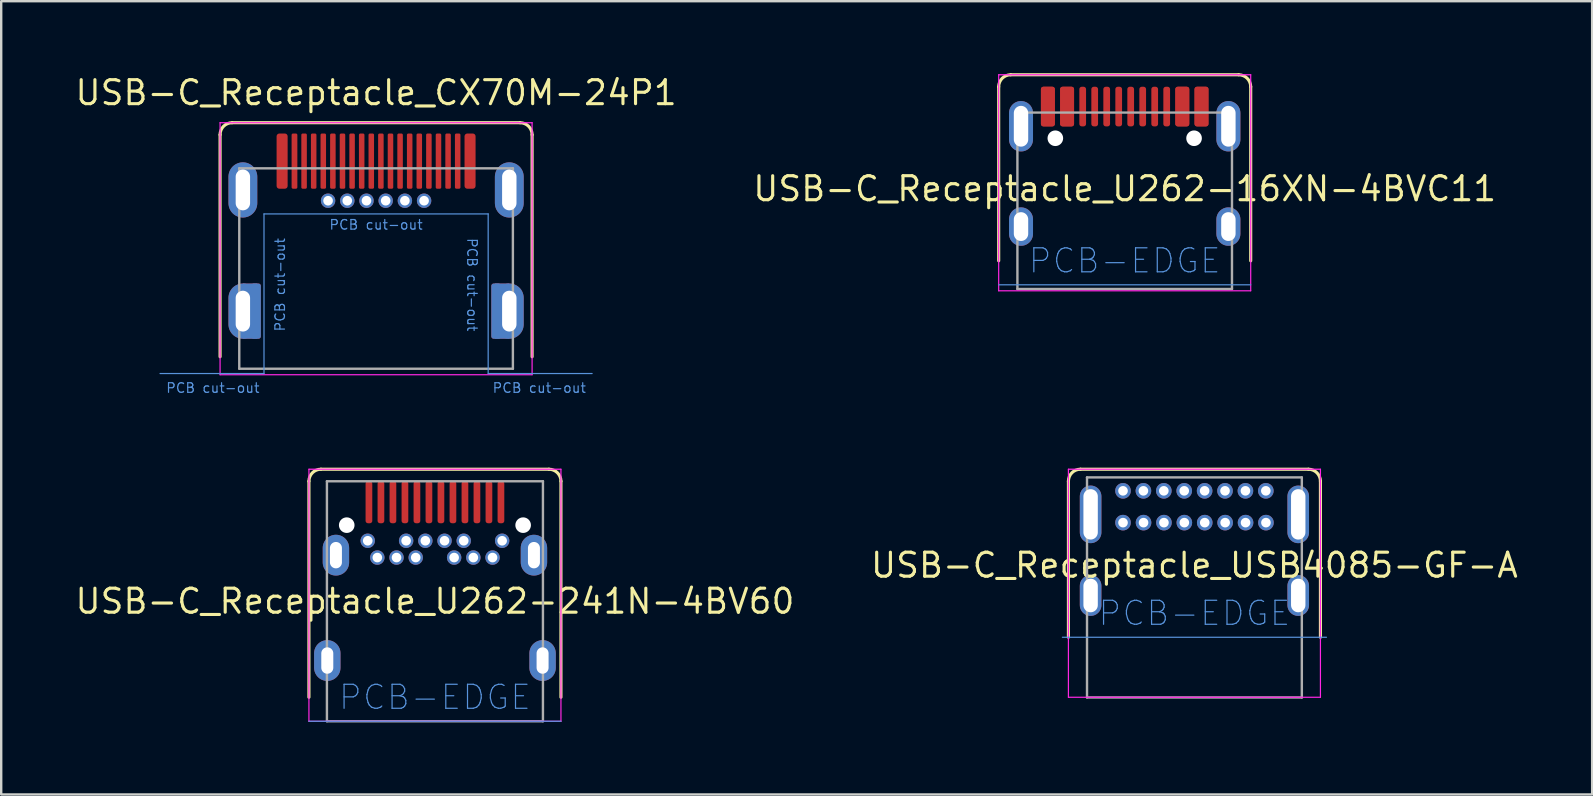
<source format=kicad_pcb>
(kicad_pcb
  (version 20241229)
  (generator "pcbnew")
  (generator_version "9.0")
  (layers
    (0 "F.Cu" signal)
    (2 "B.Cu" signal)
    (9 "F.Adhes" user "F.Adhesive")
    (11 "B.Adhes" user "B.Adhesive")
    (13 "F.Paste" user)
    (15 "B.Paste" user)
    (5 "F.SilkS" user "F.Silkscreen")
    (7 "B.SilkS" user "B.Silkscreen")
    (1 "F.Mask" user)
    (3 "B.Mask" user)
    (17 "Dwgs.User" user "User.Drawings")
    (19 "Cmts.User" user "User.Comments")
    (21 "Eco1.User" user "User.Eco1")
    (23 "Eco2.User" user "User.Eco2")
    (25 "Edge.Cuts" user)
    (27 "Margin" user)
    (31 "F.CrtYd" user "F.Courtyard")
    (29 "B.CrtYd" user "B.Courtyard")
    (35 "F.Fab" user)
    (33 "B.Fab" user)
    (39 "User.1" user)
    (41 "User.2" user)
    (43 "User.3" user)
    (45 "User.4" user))
  (footprint "USB-C_Receptacle_USB4085-GF-A"
    (layer "F.Cu")
    (at 46.714 23.5)
    (property "Reference" "USB-C_Receptacle_USB4085-GF-A" (at 0 -3 0) (layer "F.SilkS") (effects (font (size 1 1) (thickness 0.13))))
    (attr through_hole)
    (fp_line (start -5.25 0) (end -5.25 -6.5) (stroke (width 0.13) (type solid)) (layer "F.SilkS"))
    (fp_line (start -4.75 -7) (end 4.75 -7) (stroke (width 0.13) (type solid)) (layer "F.SilkS"))
    (fp_line (start 5.25 -6.5) (end 5.25 0) (stroke (width 0.13) (type solid)) (layer "F.SilkS"))
    (fp_arc (start -5.25 -6.5) (mid -5.103553 -6.853553) (end -4.75 -7) (stroke (width 0.13) (type solid)) (layer "F.SilkS"))
    (fp_arc (start 4.75 -7) (mid 5.103553 -6.853553) (end 5.25 -6.5) (stroke (width 0.13) (type solid)) (layer "F.SilkS"))
    (fp_line (start -5.5 0) (end 5.5 0) (stroke (width 0.05) (type solid)) (layer "Cmts.User"))
    (fp_line (start -5.25 -7) (end 5.25 -7) (stroke (width 0.05) (type solid)) (layer "F.CrtYd"))
    (fp_line (start -5.25 2.5) (end -5.25 -7) (stroke (width 0.05) (type solid)) (layer "F.CrtYd"))
    (fp_line (start 5.25 -7) (end 5.25 2.5) (stroke (width 0.05) (type solid)) (layer "F.CrtYd"))
    (fp_line (start 5.25 2.5) (end -5.25 2.5) (stroke (width 0.05) (type solid)) (layer "F.CrtYd"))
    (fp_line (start -4.475 -6.66) (end 4.475 -6.66) (stroke (width 0.1) (type solid)) (layer "F.Fab"))
    (fp_line (start -4.475 2.51) (end -4.475 -6.66) (stroke (width 0.1) (type solid)) (layer "F.Fab"))
    (fp_line (start -4.475 2.51) (end 4.475 2.51) (stroke (width 0.1) (type solid)) (layer "F.Fab"))
    (fp_line (start 4.475 -6.66) (end 4.475 2.51) (stroke (width 0.1) (type solid)) (layer "F.Fab"))
    (fp_text user "PCB-EDGE" (at 0 -1 0) (layer "Cmts.User") (effects (font (size 1 1) (thickness 0.05))))
    (pad "A1" thru_hole circle (at -2.975 -6.1) (size 0.65 0.65) (drill 0.4) (layers "*.Cu" "*.Mask"))
    (pad "A4" thru_hole circle (at -2.125 -6.1) (size 0.65 0.65) (drill 0.4) (layers "*.Cu" "*.Mask"))
    (pad "A5" thru_hole circle (at -1.275 -6.1) (size 0.65 0.65) (drill 0.4) (layers "*.Cu" "*.Mask"))
    (pad "A6" thru_hole circle (at -0.425 -6.1) (size 0.65 0.65) (drill 0.4) (layers "*.Cu" "*.Mask"))
    (pad "A7" thru_hole circle (at 0.425 -6.1) (size 0.65 0.65) (drill 0.4) (layers "*.Cu" "*.Mask"))
    (pad "A8" thru_hole circle (at 1.275 -6.1) (size 0.65 0.65) (drill 0.4) (layers "*.Cu" "*.Mask"))
    (pad "A9" thru_hole circle (at 2.125 -6.1) (size 0.65 0.65) (drill 0.4) (layers "*.Cu" "*.Mask"))
    (pad "A12" thru_hole circle (at 2.975 -6.1) (size 0.65 0.65) (drill 0.4) (layers "*.Cu" "*.Mask"))
    (pad "B1" thru_hole circle (at 2.98 -4.775) (size 0.65 0.65) (drill 0.4) (layers "*.Cu" "*.Mask"))
    (pad "B4" thru_hole circle (at 2.13 -4.775) (size 0.65 0.65) (drill 0.4) (layers "*.Cu" "*.Mask"))
    (pad "B5" thru_hole circle (at 1.28 -4.775) (size 0.65 0.65) (drill 0.4) (layers "*.Cu" "*.Mask"))
    (pad "B6" thru_hole circle (at 0.43 -4.775) (size 0.65 0.65) (drill 0.4) (layers "*.Cu" "*.Mask"))
    (pad "B7" thru_hole circle (at -0.42 -4.775) (size 0.65 0.65) (drill 0.4) (layers "*.Cu" "*.Mask"))
    (pad "B8" thru_hole circle (at -1.27 -4.775) (size 0.65 0.65) (drill 0.4) (layers "*.Cu" "*.Mask"))
    (pad "B9" thru_hole circle (at -2.12 -4.775) (size 0.65 0.65) (drill 0.4) (layers "*.Cu" "*.Mask"))
    (pad "B12" thru_hole circle (at -2.975 -4.775) (size 0.65 0.65) (drill 0.4) (layers "*.Cu" "*.Mask"))
    (pad "SH" thru_hole oval (at -4.325 -5.12) (size 0.9 2.4) (drill oval 0.6 2.1) (layers "*.Cu" "*.Mask"))
    (pad "SH" thru_hole oval (at -4.325 -1.74) (size 0.9 1.7) (drill oval 0.6 1.4) (layers "*.Cu" "*.Mask"))
    (pad "SH" thru_hole oval (at 4.325 -5.12) (size 0.9 2.4) (drill oval 0.6 2.1) (layers "*.Cu" "*.Mask"))
    (pad "SH" thru_hole oval (at 4.325 -1.74) (size 0.9 1.7) (drill oval 0.6 1.4) (layers "*.Cu" "*.Mask")))
  (footprint "USB-C_Receptacle_U262-16XN-4BVC11"
    (layer "F.Cu")
    (at 43.809 5.315)
    (property "Reference" "USB-C_Receptacle_U262-16XN-4BVC11" (at 0 -0.5 0) (layer "F.SilkS") (effects (font (size 1 1) (thickness 0.13))))
    (attr smd)
    (fp_line (start -5.25 -4.75) (end -5.25 2.5) (stroke (width 0.13) (type solid)) (layer "F.SilkS"))
    (fp_line (start 4.75 -5.25) (end -4.75 -5.25) (stroke (width 0.13) (type solid)) (layer "F.SilkS"))
    (fp_line (start 5.25 2.5) (end 5.25 -4.75) (stroke (width 0.13) (type solid)) (layer "F.SilkS"))
    (fp_arc (start -5.25 -4.75) (mid -5.103553 -5.103553) (end -4.75 -5.25) (stroke (width 0.13) (type solid)) (layer "F.SilkS"))
    (fp_arc (start 4.75 -5.25) (mid 5.103553 -5.103553) (end 5.25 -4.75) (stroke (width 0.13) (type solid)) (layer "F.SilkS"))
    (fp_line (start -5.25 3.5) (end 5.25 3.5) (stroke (width 0.05) (type solid)) (layer "Cmts.User"))
    (fp_line (start -5.25 -5.25) (end 5.25 -5.25) (stroke (width 0.05) (type solid)) (layer "F.CrtYd"))
    (fp_line (start -5.25 3.75) (end -5.25 -5.25) (stroke (width 0.05) (type solid)) (layer "F.CrtYd"))
    (fp_line (start 5.25 -5.25) (end 5.25 3.75) (stroke (width 0.05) (type solid)) (layer "F.CrtYd"))
    (fp_line (start 5.25 3.75) (end -5.25 3.75) (stroke (width 0.05) (type solid)) (layer "F.CrtYd"))
    (fp_line (start -4.47 -3.675) (end -4.47 3.675) (stroke (width 0.1) (type solid)) (layer "F.Fab"))
    (fp_line (start -4.47 -3.675) (end 4.47 -3.675) (stroke (width 0.1) (type solid)) (layer "F.Fab"))
    (fp_line (start -4.47 3.675) (end 4.47 3.675) (stroke (width 0.1) (type solid)) (layer "F.Fab"))
    (fp_line (start 4.47 3.675) (end 4.47 -3.675) (stroke (width 0.1) (type solid)) (layer "F.Fab"))
    (fp_text user "PCB-EDGE" (at 0 2.5 0) (layer "Cmts.User") (effects (font (size 1 1) (thickness 0.05))))
    (pad "" np_thru_hole circle (at -2.89 -2.605) (size 0.65 0.65) (drill 0.65) (layers "*.Cu" "*.Mask"))
    (pad "" np_thru_hole circle (at 2.89 -2.605) (size 0.65 0.65) (drill 0.65) (layers "*.Cu" "*.Mask"))
    (pad "A1" smd roundrect (at -3.2 -3.925) (size 0.58 1.65) (layers "F.Cu" "F.Mask" "F.Paste") (roundrect_rratio 0.172))
    (pad "A4" smd roundrect (at -2.4 -3.925) (size 0.58 1.65) (layers "F.Cu" "F.Mask" "F.Paste") (roundrect_rratio 0.172))
    (pad "A5" smd roundrect (at -1.25 -3.925) (size 0.28 1.65) (layers "F.Cu" "F.Mask" "F.Paste") (roundrect_rratio 0.357))
    (pad "A6" smd roundrect (at -0.25 -3.925) (size 0.28 1.65) (layers "F.Cu" "F.Mask" "F.Paste") (roundrect_rratio 0.357))
    (pad "A7" smd roundrect (at 0.25 -3.925) (size 0.28 1.65) (layers "F.Cu" "F.Mask" "F.Paste") (roundrect_rratio 0.357))
    (pad "A8" smd roundrect (at 1.25 -3.925) (size 0.28 1.65) (layers "F.Cu" "F.Mask" "F.Paste") (roundrect_rratio 0.357))
    (pad "A9" smd roundrect (at 2.4 -3.925) (size 0.58 1.65) (layers "F.Cu" "F.Mask" "F.Paste") (roundrect_rratio 0.172))
    (pad "A12" smd roundrect (at 3.2 -3.925 180) (size 0.58 1.65) (layers "F.Cu" "F.Mask" "F.Paste") (roundrect_rratio 0.172))
    (pad "B1" smd roundrect (at 3.2 -3.925 180) (size 0.58 1.65) (layers "F.Cu" "F.Mask" "F.Paste") (roundrect_rratio 0.172))
    (pad "B4" smd roundrect (at 2.4 -3.925) (size 0.58 1.65) (layers "F.Cu" "F.Mask" "F.Paste") (roundrect_rratio 0.172))
    (pad "B5" smd roundrect (at 1.75 -3.925) (size 0.28 1.65) (layers "F.Cu" "F.Mask" "F.Paste") (roundrect_rratio 0.357))
    (pad "B6" smd roundrect (at 0.75 -3.925) (size 0.28 1.65) (layers "F.Cu" "F.Mask" "F.Paste") (roundrect_rratio 0.357))
    (pad "B7" smd roundrect (at -0.75 -3.925) (size 0.28 1.65) (layers "F.Cu" "F.Mask" "F.Paste") (roundrect_rratio 0.357))
    (pad "B8" smd roundrect (at -1.75 -3.925) (size 0.28 1.65) (layers "F.Cu" "F.Mask" "F.Paste") (roundrect_rratio 0.357))
    (pad "B9" smd roundrect (at -2.4 -3.925) (size 0.58 1.65) (layers "F.Cu" "F.Mask" "F.Paste") (roundrect_rratio 0.172))
    (pad "B12" smd roundrect (at -3.2 -3.925) (size 0.58 1.65) (layers "F.Cu" "F.Mask" "F.Paste") (roundrect_rratio 0.172))
    (pad "SH" thru_hole oval (at -4.32 -3.105) (size 1 2.1) (drill oval 0.6 1.7) (layers "*.Cu" "*.Mask"))
    (pad "SH" thru_hole oval (at -4.32 1.075) (size 1 1.6) (drill oval 0.6 1.2) (layers "*.Cu" "*.Mask"))
    (pad "SH" thru_hole oval (at 4.32 -3.105) (size 1 2.1) (drill oval 0.6 1.7) (layers "*.Cu" "*.Mask"))
    (pad "SH" thru_hole oval (at 4.32 1.075) (size 1 1.6) (drill oval 0.6 1.2) (layers "*.Cu" "*.Mask")))
  (footprint "USB-C_Receptacle_U262-241N-4BV60"
    (layer "F.Cu")
    (at 15.071 17)
    (property "Reference" "USB-C_Receptacle_U262-241N-4BV60" (at 0 5 0) (layer "F.SilkS") (effects (font (size 1 1) (thickness 0.13))))
    (attr smd)
    (fp_line (start -5.25 9) (end -5.25 0) (stroke (width 0.13) (type solid)) (layer "F.SilkS"))
    (fp_line (start -4.75 -0.5) (end 4.75 -0.5) (stroke (width 0.13) (type solid)) (layer "F.SilkS"))
    (fp_line (start 5.25 0) (end 5.25 9) (stroke (width 0.13) (type solid)) (layer "F.SilkS"))
    (fp_arc (start -5.25 0) (mid -5.103553 -0.353553) (end -4.75 -0.5) (stroke (width 0.13) (type solid)) (layer "F.SilkS"))
    (fp_arc (start 4.75 -0.5) (mid 5.103553 -0.353553) (end 5.25 0) (stroke (width 0.13) (type solid)) (layer "F.SilkS"))
    (fp_line (start -5.25 10) (end 5.25 10) (stroke (width 0.05) (type solid)) (layer "Cmts.User"))
    (fp_line (start -5.25 -0.5) (end 5.25 -0.5) (stroke (width 0.05) (type solid)) (layer "F.CrtYd"))
    (fp_line (start -5.25 10) (end -5.25 -0.5) (stroke (width 0.05) (type solid)) (layer "F.CrtYd"))
    (fp_line (start 5.25 -0.5) (end 5.25 10) (stroke (width 0.05) (type solid)) (layer "F.CrtYd"))
    (fp_line (start 5.25 10) (end -5.25 10) (stroke (width 0.05) (type solid)) (layer "F.CrtYd"))
    (fp_line (start -4.5 0) (end 4.5 0) (stroke (width 0.1) (type solid)) (layer "F.Fab"))
    (fp_line (start -4.5 10) (end -4.5 0) (stroke (width 0.1) (type solid)) (layer "F.Fab"))
    (fp_line (start -4.5 10) (end 4.5 10) (stroke (width 0.1) (type solid)) (layer "F.Fab"))
    (fp_line (start 4.5 0) (end 4.5 10) (stroke (width 0.1) (type solid)) (layer "F.Fab"))
    (fp_text user "PCB-EDGE" (at 0 9 0) (layer "Cmts.User") (effects (font (size 1 1) (thickness 0.05))))
    (pad "" np_thru_hole circle (at -3.675 1.83) (size 0.65 0.65) (drill 0.65) (layers "*.Cu" "*.Mask"))
    (pad "" np_thru_hole circle (at 3.675 1.83) (size 0.65 0.65) (drill 0.65) (layers "*.Cu" "*.Mask"))
    (pad "A1" smd roundrect (at -2.75 0.875) (size 0.28 1.75) (layers "F.Cu" "F.Mask" "F.Paste") (roundrect_rratio 0.357))
    (pad "A2" smd roundrect (at -2.25 0.875) (size 0.28 1.75) (layers "F.Cu" "F.Mask" "F.Paste") (roundrect_rratio 0.357))
    (pad "A3" smd roundrect (at -1.75 0.875) (size 0.28 1.75) (layers "F.Cu" "F.Mask" "F.Paste") (roundrect_rratio 0.357))
    (pad "A4" smd roundrect (at -1.25 0.875) (size 0.28 1.75) (layers "F.Cu" "F.Mask" "F.Paste") (roundrect_rratio 0.357))
    (pad "A5" smd roundrect (at -0.75 0.875) (size 0.28 1.75) (layers "F.Cu" "F.Mask" "F.Paste") (roundrect_rratio 0.357))
    (pad "A6" smd roundrect (at -0.25 0.875) (size 0.28 1.75) (layers "F.Cu" "F.Mask" "F.Paste") (roundrect_rratio 0.357))
    (pad "A7" smd roundrect (at 0.25 0.875) (size 0.28 1.75) (layers "F.Cu" "F.Mask" "F.Paste") (roundrect_rratio 0.357))
    (pad "A8" smd roundrect (at 0.75 0.875) (size 0.28 1.75) (layers "F.Cu" "F.Mask" "F.Paste") (roundrect_rratio 0.357))
    (pad "A9" smd roundrect (at 1.25 0.875) (size 0.28 1.75) (layers "F.Cu" "F.Mask" "F.Paste") (roundrect_rratio 0.357))
    (pad "A10" smd roundrect (at 1.75 0.875) (size 0.28 1.75) (layers "F.Cu" "F.Mask" "F.Paste") (roundrect_rratio 0.357))
    (pad "A11" smd roundrect (at 2.25 0.875) (size 0.28 1.75) (layers "F.Cu" "F.Mask" "F.Paste") (roundrect_rratio 0.357))
    (pad "A12" smd roundrect (at 2.75 0.875) (size 0.28 1.75) (layers "F.Cu" "F.Mask" "F.Paste") (roundrect_rratio 0.357))
    (pad "B1" thru_hole circle (at 2.8 2.48) (size 0.6 0.6) (drill 0.4) (layers "*.Cu" "*.Mask"))
    (pad "B2" thru_hole circle (at 2.4 3.18) (size 0.6 0.6) (drill 0.4) (layers "*.Cu" "*.Mask"))
    (pad "B3" thru_hole circle (at 1.6 3.18) (size 0.6 0.6) (drill 0.4) (layers "*.Cu" "*.Mask"))
    (pad "B4" thru_hole circle (at 1.2 2.48) (size 0.6 0.6) (drill 0.4) (layers "*.Cu" "*.Mask"))
    (pad "B5" thru_hole circle (at 0.8 3.18) (size 0.6 0.6) (drill 0.4) (layers "*.Cu" "*.Mask"))
    (pad "B6" thru_hole circle (at 0.4 2.48) (size 0.6 0.6) (drill 0.4) (layers "*.Cu" "*.Mask"))
    (pad "B7" thru_hole circle (at -0.4 2.48) (size 0.6 0.6) (drill 0.4) (layers "*.Cu" "*.Mask"))
    (pad "B8" thru_hole circle (at -0.8 3.18) (size 0.6 0.6) (drill 0.4) (layers "*.Cu" "*.Mask"))
    (pad "B9" thru_hole circle (at -1.2 2.48) (size 0.6 0.6) (drill 0.4) (layers "*.Cu" "*.Mask"))
    (pad "B10" thru_hole circle (at -1.6 3.18) (size 0.6 0.6) (drill 0.4) (layers "*.Cu" "*.Mask"))
    (pad "B11" thru_hole circle (at -2.4 3.18) (size 0.6 0.6) (drill 0.4) (layers "*.Cu" "*.Mask"))
    (pad "B12" thru_hole circle (at -2.8 2.48) (size 0.6 0.6) (drill 0.4) (layers "*.Cu" "*.Mask"))
    (pad "SH" thru_hole oval (at -4.485 7.47) (size 1.1 1.7) (drill oval 0.5 1.1) (layers "*.Cu" "*.Mask"))
    (pad "SH" thru_hole oval (at -4.125 3.08) (size 1.1 1.7) (drill oval 0.5 1.1) (layers "*.Cu" "*.Mask"))
    (pad "SH" thru_hole oval (at 4.125 3.08) (size 1.1 1.7) (drill oval 0.5 1.1) (layers "*.Cu" "*.Mask"))
    (pad "SH" thru_hole oval (at 4.485 7.47) (size 1.1 1.7) (drill oval 0.5 1.1) (layers "*.Cu" "*.Mask")))
  (footprint "USB-C_Receptacle_CX70M-24P1"
    (layer "F.Cu")
    (at 12.619 5.313)
    (property "Reference" "USB-C_Receptacle_CX70M-24P1" (at 0 -4.5 0) (layer "F.SilkS") (effects (font (size 1 1) (thickness 0.13))))
    (attr through_hole)
    (fp_line (start -6.5 6.5) (end -6.5 -2.75) (stroke (width 0.13) (type solid)) (layer "F.SilkS"))
    (fp_line (start -6 -3.25) (end 6 -3.25) (stroke (width 0.13) (type solid)) (layer "F.SilkS"))
    (fp_line (start 6.5 -2.75) (end 6.5 6.5) (stroke (width 0.13) (type solid)) (layer "F.SilkS"))
    (fp_arc (start -6.5 -2.75) (mid -6.353553 -3.103553) (end -6 -3.25) (stroke (width 0.13) (type solid)) (layer "F.SilkS"))
    (fp_arc (start 6 -3.25) (mid 6.353553 -3.103553) (end 6.5 -2.75) (stroke (width 0.13) (type solid)) (layer "F.SilkS"))
    (fp_line (start -4.67 0.55) (end -4.67 7.2) (stroke (width 0.05) (type solid)) (layer "Cmts.User"))
    (fp_line (start -4.67 0.55) (end 4.67 0.55) (stroke (width 0.05) (type solid)) (layer "Cmts.User"))
    (fp_line (start -4.67 7.2) (end -9 7.2) (stroke (width 0.05) (type solid)) (layer "Cmts.User"))
    (fp_line (start 4.67 0.55) (end 4.67 7.2) (stroke (width 0.05) (type solid)) (layer "Cmts.User"))
    (fp_line (start 4.67 7.2) (end 9 7.2) (stroke (width 0.05) (type solid)) (layer "Cmts.User"))
    (fp_line (start -6.5 -3.25) (end -6.5 7.25) (stroke (width 0.05) (type solid)) (layer "F.CrtYd"))
    (fp_line (start 6.5 -3.25) (end -6.5 -3.25) (stroke (width 0.05) (type solid)) (layer "F.CrtYd"))
    (fp_line (start 6.5 -3.25) (end 6.5 7.25) (stroke (width 0.05) (type solid)) (layer "F.CrtYd"))
    (fp_line (start 6.5 7.25) (end -6.5 7.25) (stroke (width 0.05) (type solid)) (layer "F.CrtYd"))
    (fp_line (start -5.7 -1.35) (end -5.7 7) (stroke (width 0.1) (type solid)) (layer "F.Fab"))
    (fp_line (start -5.7 -1.35) (end 5.7 -1.35) (stroke (width 0.1) (type solid)) (layer "F.Fab"))
    (fp_line (start -5.7 7) (end 5.7 7) (stroke (width 0.1) (type solid)) (layer "F.Fab"))
    (fp_line (start 5.7 -1.35) (end 5.7 7) (stroke (width 0.1) (type solid)) (layer "F.Fab"))
    (fp_text user "PCB cut-out" (at -6.8 7.8 0) (unlocked yes) (layer "Cmts.User") (effects (font (size 0.4 0.4) (thickness 0.05))))
    (fp_text user "PCB cut-out" (at 6.8 7.8 0) (unlocked yes) (layer "Cmts.User") (effects (font (size 0.4 0.4) (thickness 0.05))))
    (fp_text user "PCB cut-out" (at 4 3.5 270) (unlocked yes) (layer "Cmts.User") (effects (font (size 0.4 0.4) (thickness 0.05))))
    (fp_text user "PCB cut-out" (at -4 3.5 90) (unlocked yes) (layer "Cmts.User") (effects (font (size 0.4 0.4) (thickness 0.05))))
    (fp_text user "PCB cut-out" (at 0 1 0) (layer "Cmts.User") (effects (font (size 0.4 0.4) (thickness 0.05))))
    (pad "" smd roundrect (at -3.915 -1.65) (size 0.46 2.3) (layers "F.Cu" "F.Mask" "F.Paste") (roundrect_rratio 0.25))
    (pad "" smd roundrect (at 3.915 -1.65) (size 0.46 2.3) (layers "F.Cu" "F.Mask" "F.Paste") (roundrect_rratio 0.25))
    (pad "A1" smd roundrect (at -2.2 -1.65) (size 0.23 2.3) (layers "F.Cu" "F.Mask" "F.Paste") (roundrect_rratio 0.25))
    (pad "A2" smd roundrect (at -1.8 -1.65) (size 0.23 2.3) (layers "F.Cu" "F.Mask" "F.Paste") (roundrect_rratio 0.25))
    (pad "A3" smd roundrect (at -1.4 -1.65) (size 0.23 2.3) (layers "F.Cu" "F.Mask" "F.Paste") (roundrect_rratio 0.25))
    (pad "A4" smd roundrect (at -1 -1.65) (size 0.23 2.3) (layers "F.Cu" "F.Mask" "F.Paste") (roundrect_rratio 0.25))
    (pad "A5" smd roundrect (at -0.6 -1.65) (size 0.23 2.3) (layers "F.Cu" "F.Mask" "F.Paste") (roundrect_rratio 0.25))
    (pad "A6" smd roundrect (at -0.2 -1.65) (size 0.23 2.3) (layers "F.Cu" "F.Mask" "F.Paste") (roundrect_rratio 0.25))
    (pad "A7" smd roundrect (at 0.2 -1.65) (size 0.23 2.3) (layers "F.Cu" "F.Mask" "F.Paste") (roundrect_rratio 0.25))
    (pad "A8" smd roundrect (at 0.6 -1.65) (size 0.23 2.3) (layers "F.Cu" "F.Mask" "F.Paste") (roundrect_rratio 0.25))
    (pad "A9" smd roundrect (at 1 -1.65) (size 0.23 2.3) (layers "F.Cu" "F.Mask" "F.Paste") (roundrect_rratio 0.25))
    (pad "A10" smd roundrect (at 1.4 -1.65) (size 0.23 2.3) (layers "F.Cu" "F.Mask" "F.Paste") (roundrect_rratio 0.25))
    (pad "A11" smd roundrect (at 1.8 -1.65) (size 0.23 2.3) (layers "F.Cu" "F.Mask" "F.Paste") (roundrect_rratio 0.25))
    (pad "A12" smd roundrect (at 2.2 -1.65) (size 0.23 2.3) (layers "F.Cu" "F.Mask" "F.Paste") (roundrect_rratio 0.25))
    (pad "B1" smd roundrect (at 3.4 -1.65) (size 0.23 2.3) (layers "F.Cu" "F.Mask" "F.Paste") (roundrect_rratio 0.25))
    (pad "B2" smd roundrect (at 3 -1.65) (size 0.23 2.3) (layers "F.Cu" "F.Mask" "F.Paste") (roundrect_rratio 0.25))
    (pad "B3" smd roundrect (at 2.6 -1.65) (size 0.23 2.3) (layers "F.Cu" "F.Mask" "F.Paste") (roundrect_rratio 0.25))
    (pad "B4" thru_hole circle (at 2 0) (size 0.6 0.6) (drill 0.4) (layers "*.Cu" "*.Mask"))
    (pad "B5" thru_hole circle (at 1.2 0) (size 0.6 0.6) (drill 0.4) (layers "*.Cu" "*.Mask"))
    (pad "B6" thru_hole circle (at 0.4 0) (size 0.6 0.6) (drill 0.4) (layers "*.Cu" "*.Mask"))
    (pad "B7" thru_hole circle (at -0.4 0) (size 0.6 0.6) (drill 0.4) (layers "*.Cu" "*.Mask"))
    (pad "B8" thru_hole circle (at -1.2 0) (size 0.6 0.6) (drill 0.4) (layers "*.Cu" "*.Mask"))
    (pad "B9" thru_hole circle (at -2 0) (size 0.6 0.6) (drill 0.4) (layers "*.Cu" "*.Mask"))
    (pad "B10" smd roundrect (at -2.6 -1.65) (size 0.23 2.3) (layers "F.Cu" "F.Mask" "F.Paste") (roundrect_rratio 0.25))
    (pad "B11" smd roundrect (at -3 -1.65) (size 0.23 2.3) (layers "F.Cu" "F.Mask" "F.Paste") (roundrect_rratio 0.25))
    (pad "B12" smd roundrect (at -3.4 -1.65) (size 0.24 2.3) (layers "F.Cu" "F.Mask" "F.Paste") (roundrect_rratio 0.25))
    (pad "SH" thru_hole oval (at -5.55 -0.45) (size 1.2 2.3) (drill oval 0.6 1.7) (layers "*.Cu" "*.Mask"))
    (pad "SH" thru_hole oval (at -5.55 4.6) (size 1.2 2.3) (drill oval 0.6 1.7) (layers "*.Cu" "*.Mask"))
    (pad "SH" smd rect (at -5.25 3.55) (size 0.6 0.2) (layers "F.Cu" "F.Mask" "F.Paste"))
    (pad "SH" smd rect (at -5.25 3.55) (size 0.6 0.2) (layers "B.Cu" "B.Mask"))
    (pad "SH" smd rect (at -5.25 5.65) (size 0.6 0.2) (layers "F.Cu" "F.Mask" "F.Paste"))
    (pad "SH" smd rect (at -5.25 5.65) (size 0.6 0.2) (layers "B.Cu" "B.Mask"))
    (pad "SH" smd roundrect (at -5 4.6) (size 0.4 2.3) (layers "F.Cu" "F.Mask" "F.Paste") (roundrect_rratio 0.25))
    (pad "SH" smd roundrect (at -5 4.6) (size 0.4 2.3) (layers "B.Cu" "B.Mask") (roundrect_rratio 0.25))
    (pad "SH" smd roundrect (at 5 4.6 180) (size 0.4 2.3) (layers "F.Cu" "F.Mask" "F.Paste") (roundrect_rratio 0.25))
    (pad "SH" smd roundrect (at 5 4.6 180) (size 0.4 2.3) (layers "B.Cu" "B.Mask") (roundrect_rratio 0.25))
    (pad "SH" smd rect (at 5.25 3.55 180) (size 0.6 0.2) (layers "F.Cu" "F.Mask" "F.Paste"))
    (pad "SH" smd rect (at 5.25 3.55 180) (size 0.6 0.2) (layers "B.Cu" "B.Mask"))
    (pad "SH" smd rect (at 5.25 5.65 180) (size 0.6 0.2) (layers "F.Cu" "F.Mask" "F.Paste"))
    (pad "SH" smd rect (at 5.25 5.65 180) (size 0.6 0.2) (layers "B.Cu" "B.Mask"))
    (pad "SH" thru_hole oval (at 5.55 -0.45) (size 1.2 2.3) (drill oval 0.6 1.7) (layers "*.Cu" "*.Mask"))
    (pad "SH" thru_hole oval (at 5.55 4.6) (size 1.2 2.3) (drill oval 0.6 1.7) (layers "*.Cu" "*.Mask")))
  (gr_rect
    (start -3 -3)
    (end 63.285 30.05)
    (stroke (width 0.1) (type default))
    (fill no)
    (layer "Edge.Cuts")))
</source>
